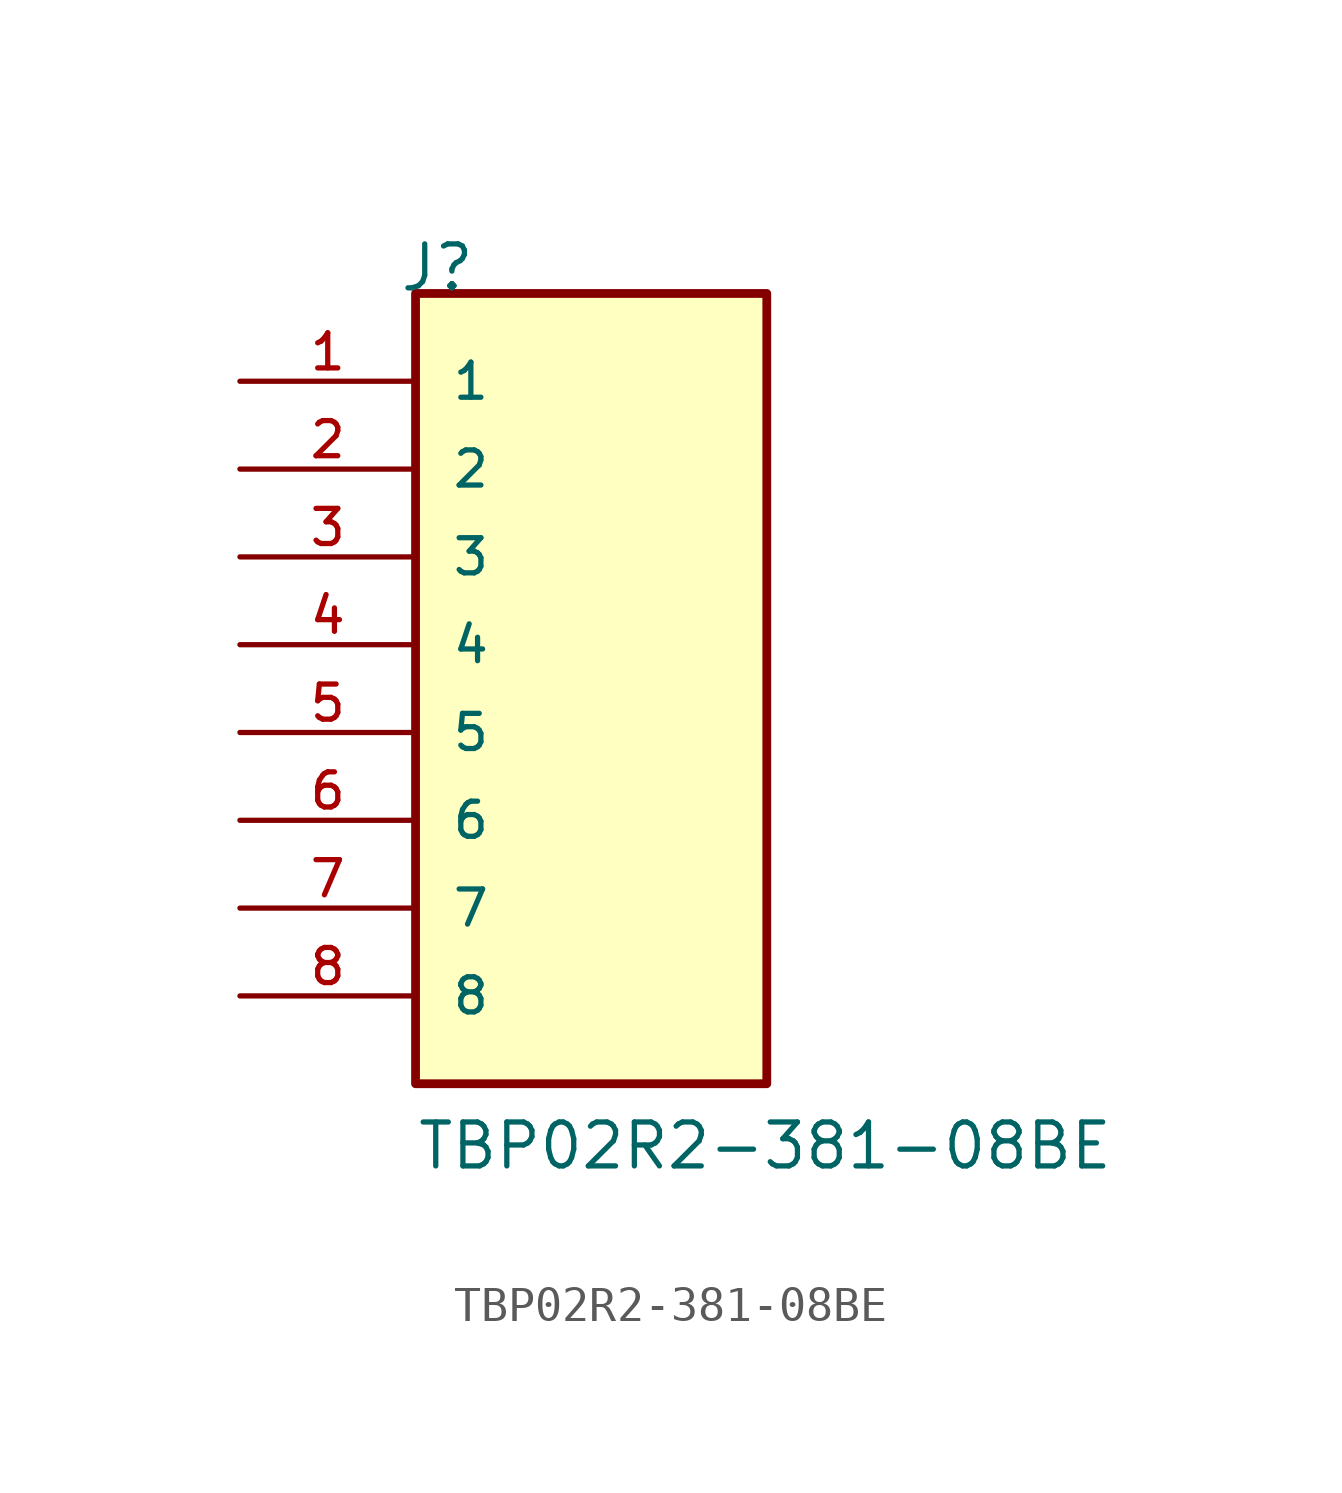
<source format=kicad_sym>
(kicad_symbol_lib
  (version 20211014)
  (generator kicad_symbol_editor)
  (symbol "TBP02R2-381-08BE"
    (pin_names
      (offset 1.016))
    (property "Reference" "J"
      (at -5.58 12.7 0)
      (effects (font (size 1.27 1.27)) (justify bottom left)))
    (property "Value" "TBP02R2-381-08BE"
      (at -5.08 -12.7 0)
      (effects (font (size 1.27 1.27)) (justify bottom left)))
    (symbol "TBP02R2-381-08BE_0_0"
      (rectangle (start -5.08 -10.16) (end 5.08 12.7) (stroke (width 0.254)) (fill (type background)))
      (pin passive line (at -10.16 10.16 0) (length 5.08) (name "1" (effects (font (size 1.016 1.016)))) (number "1" (effects (font (size 1.016 1.016)))))
      (pin passive line (at -10.16 7.62 0) (length 5.08) (name "2" (effects (font (size 1.016 1.016)))) (number "2" (effects (font (size 1.016 1.016)))))
      (pin passive line (at -10.16 5.08 0) (length 5.08) (name "3" (effects (font (size 1.016 1.016)))) (number "3" (effects (font (size 1.016 1.016)))))
      (pin passive line (at -10.16 2.54 0) (length 5.08) (name "4" (effects (font (size 1.016 1.016)))) (number "4" (effects (font (size 1.016 1.016)))))
      (pin passive line (at -10.16 0.0 0) (length 5.08) (name "5" (effects (font (size 1.016 1.016)))) (number "5" (effects (font (size 1.016 1.016)))))
      (pin passive line (at -10.16 -2.54 0) (length 5.08) (name "6" (effects (font (size 1.016 1.016)))) (number "6" (effects (font (size 1.016 1.016)))))
      (pin passive line (at -10.16 -5.08 0) (length 5.08) (name "7" (effects (font (size 1.016 1.016)))) (number "7" (effects (font (size 1.016 1.016)))))
      (pin passive line (at -10.16 -7.62 0) (length 5.08) (name "8" (effects (font (size 1.016 1.016)))) (number "8" (effects (font (size 1.016 1.016))))))))
</source>
